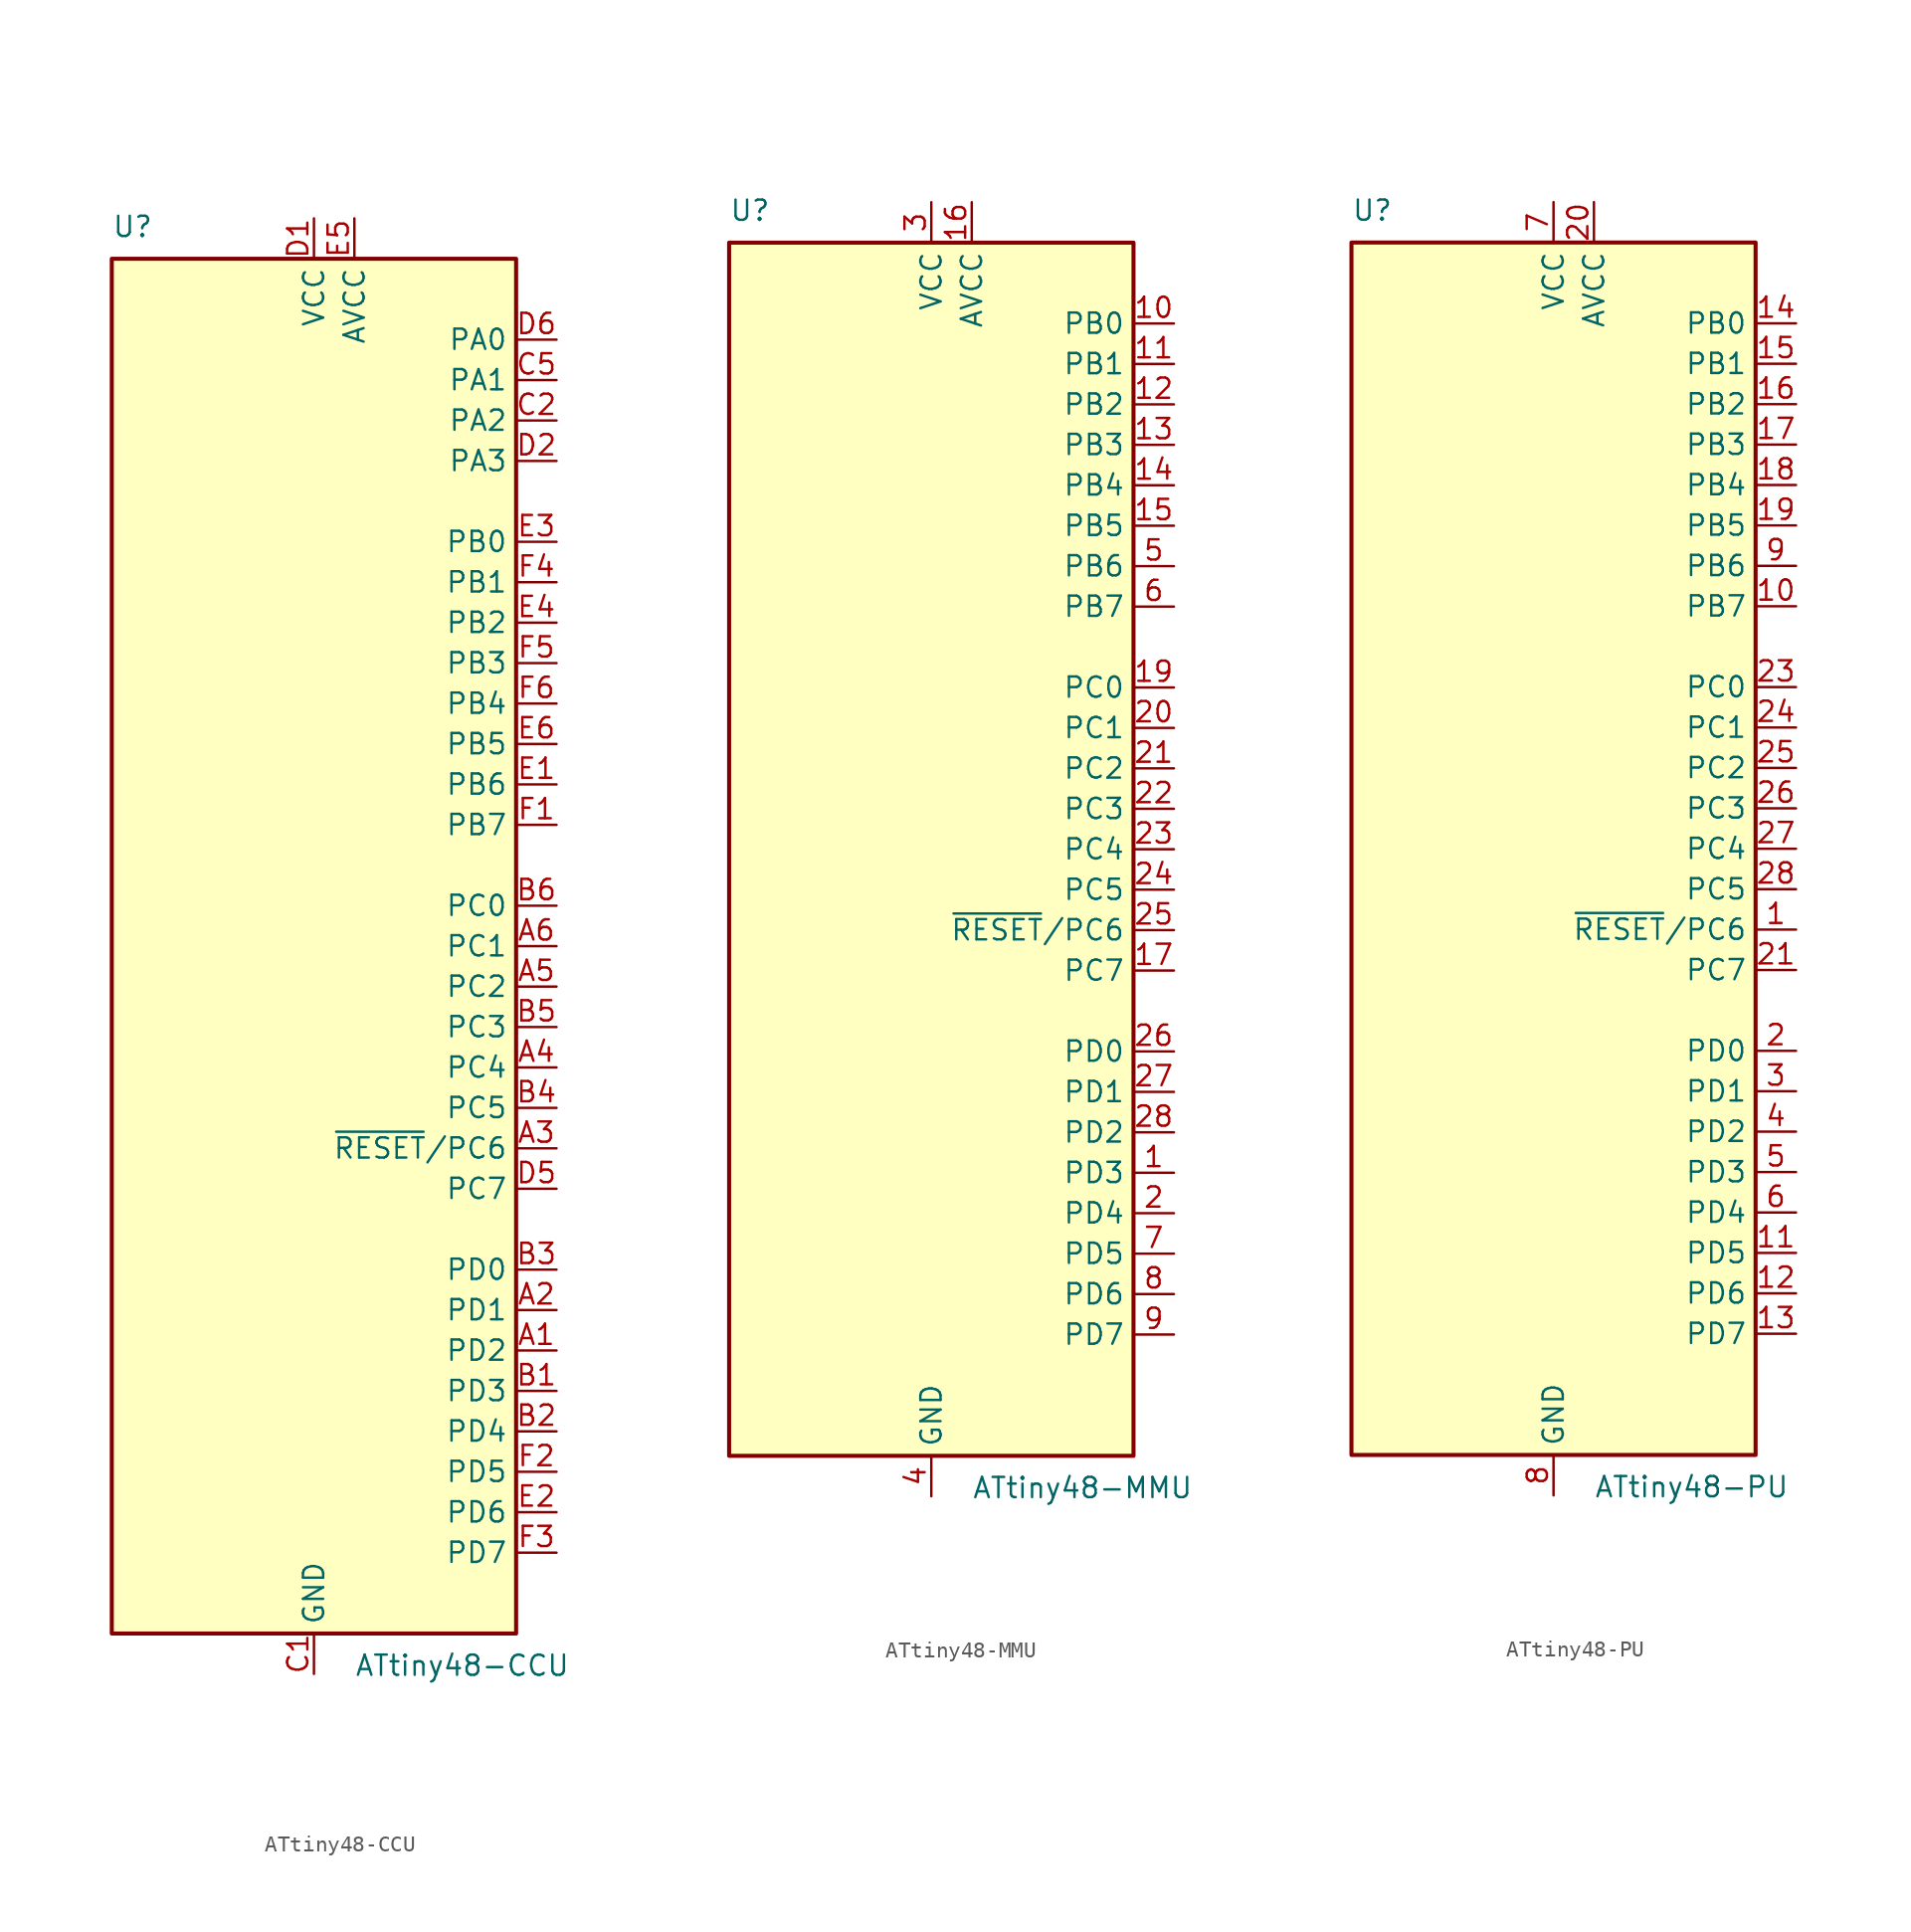
<source format=kicad_sym>
(kicad_symbol_lib
  (version 20211014)
  (generator kicad_symbol_editor)
  (symbol "ATtiny48-CCU"
    (property "Reference" "U"
      (at -12.7 44.45 0)
      (effects (font (size 1.27 1.27)) (justify left bottom)))
    (property "Value" "ATtiny48-CCU"
      (at 2.54 -44.45 0)
      (effects (font (size 1.27 1.27)) (justify left top)))
    (symbol "ATtiny48-CCU_0_1"
      (rectangle (start -12.7 -43.18) (end 12.7 43.18) (stroke (width 0.254) (type default) (color 0 0 0 0)) (fill (type background))))
    (symbol "ATtiny48-CCU_1_1"
      (pin bidirectional line (at 15.24 -25.4 180) (length 2.54) (name "PD2" (effects (font (size 1.27 1.27)))) (number "A1" (effects (font (size 1.27 1.27)))))
      (pin bidirectional line (at 15.24 -22.86 180) (length 2.54) (name "PD1" (effects (font (size 1.27 1.27)))) (number "A2" (effects (font (size 1.27 1.27)))))
      (pin bidirectional line (at 15.24 -12.7 180) (length 2.54) (name "~{RESET}/PC6" (effects (font (size 1.27 1.27)))) (number "A3" (effects (font (size 1.27 1.27)))))
      (pin bidirectional line (at 15.24 -7.62 180) (length 2.54) (name "PC4" (effects (font (size 1.27 1.27)))) (number "A4" (effects (font (size 1.27 1.27)))))
      (pin bidirectional line (at 15.24 -2.54 180) (length 2.54) (name "PC2" (effects (font (size 1.27 1.27)))) (number "A5" (effects (font (size 1.27 1.27)))))
      (pin bidirectional line (at 15.24 0 180) (length 2.54) (name "PC1" (effects (font (size 1.27 1.27)))) (number "A6" (effects (font (size 1.27 1.27)))))
      (pin bidirectional line (at 15.24 -27.94 180) (length 2.54) (name "PD3" (effects (font (size 1.27 1.27)))) (number "B1" (effects (font (size 1.27 1.27)))))
      (pin bidirectional line (at 15.24 -30.48 180) (length 2.54) (name "PD4" (effects (font (size 1.27 1.27)))) (number "B2" (effects (font (size 1.27 1.27)))))
      (pin bidirectional line (at 15.24 -20.32 180) (length 2.54) (name "PD0" (effects (font (size 1.27 1.27)))) (number "B3" (effects (font (size 1.27 1.27)))))
      (pin bidirectional line (at 15.24 -10.16 180) (length 2.54) (name "PC5" (effects (font (size 1.27 1.27)))) (number "B4" (effects (font (size 1.27 1.27)))))
      (pin bidirectional line (at 15.24 -5.08 180) (length 2.54) (name "PC3" (effects (font (size 1.27 1.27)))) (number "B5" (effects (font (size 1.27 1.27)))))
      (pin bidirectional line (at 15.24 2.54 180) (length 2.54) (name "PC0" (effects (font (size 1.27 1.27)))) (number "B6" (effects (font (size 1.27 1.27)))))
      (pin power_in line (at 0 -45.72 90) (length 2.54) (name "GND" (effects (font (size 1.27 1.27)))) (number "C1" (effects (font (size 1.27 1.27)))))
      (pin bidirectional line (at 15.24 33.02 180) (length 2.54) (name "PA2" (effects (font (size 1.27 1.27)))) (number "C2" (effects (font (size 1.27 1.27)))))
      (pin bidirectional line (at 15.24 35.56 180) (length 2.54) (name "PA1" (effects (font (size 1.27 1.27)))) (number "C5" (effects (font (size 1.27 1.27)))))
      (pin passive line (at 0 -45.72 90) (length 2.54) hide (name "GND" (effects (font (size 1.27 1.27)))) (number "C6" (effects (font (size 1.27 1.27)))))
      (pin power_in line (at 0 45.72 270) (length 2.54) (name "VCC" (effects (font (size 1.27 1.27)))) (number "D1" (effects (font (size 1.27 1.27)))))
      (pin bidirectional line (at 15.24 30.48 180) (length 2.54) (name "PA3" (effects (font (size 1.27 1.27)))) (number "D2" (effects (font (size 1.27 1.27)))))
      (pin bidirectional line (at 15.24 -15.24 180) (length 2.54) (name "PC7" (effects (font (size 1.27 1.27)))) (number "D5" (effects (font (size 1.27 1.27)))))
      (pin bidirectional line (at 15.24 38.1 180) (length 2.54) (name "PA0" (effects (font (size 1.27 1.27)))) (number "D6" (effects (font (size 1.27 1.27)))))
      (pin bidirectional line (at 15.24 10.16 180) (length 2.54) (name "PB6" (effects (font (size 1.27 1.27)))) (number "E1" (effects (font (size 1.27 1.27)))))
      (pin bidirectional line (at 15.24 -35.56 180) (length 2.54) (name "PD6" (effects (font (size 1.27 1.27)))) (number "E2" (effects (font (size 1.27 1.27)))))
      (pin bidirectional line (at 15.24 25.4 180) (length 2.54) (name "PB0" (effects (font (size 1.27 1.27)))) (number "E3" (effects (font (size 1.27 1.27)))))
      (pin bidirectional line (at 15.24 20.32 180) (length 2.54) (name "PB2" (effects (font (size 1.27 1.27)))) (number "E4" (effects (font (size 1.27 1.27)))))
      (pin power_in line (at 2.54 45.72 270) (length 2.54) (name "AVCC" (effects (font (size 1.27 1.27)))) (number "E5" (effects (font (size 1.27 1.27)))))
      (pin bidirectional line (at 15.24 12.7 180) (length 2.54) (name "PB5" (effects (font (size 1.27 1.27)))) (number "E6" (effects (font (size 1.27 1.27)))))
      (pin bidirectional line (at 15.24 7.62 180) (length 2.54) (name "PB7" (effects (font (size 1.27 1.27)))) (number "F1" (effects (font (size 1.27 1.27)))))
      (pin bidirectional line (at 15.24 -33.02 180) (length 2.54) (name "PD5" (effects (font (size 1.27 1.27)))) (number "F2" (effects (font (size 1.27 1.27)))))
      (pin bidirectional line (at 15.24 -38.1 180) (length 2.54) (name "PD7" (effects (font (size 1.27 1.27)))) (number "F3" (effects (font (size 1.27 1.27)))))
      (pin bidirectional line (at 15.24 22.86 180) (length 2.54) (name "PB1" (effects (font (size 1.27 1.27)))) (number "F4" (effects (font (size 1.27 1.27)))))
      (pin bidirectional line (at 15.24 17.78 180) (length 2.54) (name "PB3" (effects (font (size 1.27 1.27)))) (number "F5" (effects (font (size 1.27 1.27)))))
      (pin bidirectional line (at 15.24 15.24 180) (length 2.54) (name "PB4" (effects (font (size 1.27 1.27)))) (number "F6" (effects (font (size 1.27 1.27)))))))
  (symbol "ATtiny48-MMU"
    (property "Reference" "U"
      (at -12.7 39.37 0)
      (effects (font (size 1.27 1.27)) (justify left bottom)))
    (property "Value" "ATtiny48-MMU"
      (at 2.54 -39.37 0)
      (effects (font (size 1.27 1.27)) (justify left top)))
    (symbol "ATtiny48-MMU_0_1"
      (rectangle (start -12.7 -38.1) (end 12.7 38.1) (stroke (width 0.254) (type default) (color 0 0 0 0)) (fill (type background))))
    (symbol "ATtiny48-MMU_1_1"
      (pin bidirectional line (at 15.24 -20.32 180) (length 2.54) (name "PD3" (effects (font (size 1.27 1.27)))) (number "1" (effects (font (size 1.27 1.27)))))
      (pin bidirectional line (at 15.24 33.02 180) (length 2.54) (name "PB0" (effects (font (size 1.27 1.27)))) (number "10" (effects (font (size 1.27 1.27)))))
      (pin bidirectional line (at 15.24 30.48 180) (length 2.54) (name "PB1" (effects (font (size 1.27 1.27)))) (number "11" (effects (font (size 1.27 1.27)))))
      (pin bidirectional line (at 15.24 27.94 180) (length 2.54) (name "PB2" (effects (font (size 1.27 1.27)))) (number "12" (effects (font (size 1.27 1.27)))))
      (pin bidirectional line (at 15.24 25.4 180) (length 2.54) (name "PB3" (effects (font (size 1.27 1.27)))) (number "13" (effects (font (size 1.27 1.27)))))
      (pin bidirectional line (at 15.24 22.86 180) (length 2.54) (name "PB4" (effects (font (size 1.27 1.27)))) (number "14" (effects (font (size 1.27 1.27)))))
      (pin bidirectional line (at 15.24 20.32 180) (length 2.54) (name "PB5" (effects (font (size 1.27 1.27)))) (number "15" (effects (font (size 1.27 1.27)))))
      (pin power_in line (at 2.54 40.64 270) (length 2.54) (name "AVCC" (effects (font (size 1.27 1.27)))) (number "16" (effects (font (size 1.27 1.27)))))
      (pin bidirectional line (at 15.24 -7.62 180) (length 2.54) (name "PC7" (effects (font (size 1.27 1.27)))) (number "17" (effects (font (size 1.27 1.27)))))
      (pin passive line (at 0 -40.64 90) (length 2.54) hide (name "GND" (effects (font (size 1.27 1.27)))) (number "18" (effects (font (size 1.27 1.27)))))
      (pin bidirectional line (at 15.24 10.16 180) (length 2.54) (name "PC0" (effects (font (size 1.27 1.27)))) (number "19" (effects (font (size 1.27 1.27)))))
      (pin bidirectional line (at 15.24 -22.86 180) (length 2.54) (name "PD4" (effects (font (size 1.27 1.27)))) (number "2" (effects (font (size 1.27 1.27)))))
      (pin bidirectional line (at 15.24 7.62 180) (length 2.54) (name "PC1" (effects (font (size 1.27 1.27)))) (number "20" (effects (font (size 1.27 1.27)))))
      (pin bidirectional line (at 15.24 5.08 180) (length 2.54) (name "PC2" (effects (font (size 1.27 1.27)))) (number "21" (effects (font (size 1.27 1.27)))))
      (pin bidirectional line (at 15.24 2.54 180) (length 2.54) (name "PC3" (effects (font (size 1.27 1.27)))) (number "22" (effects (font (size 1.27 1.27)))))
      (pin bidirectional line (at 15.24 0 180) (length 2.54) (name "PC4" (effects (font (size 1.27 1.27)))) (number "23" (effects (font (size 1.27 1.27)))))
      (pin bidirectional line (at 15.24 -2.54 180) (length 2.54) (name "PC5" (effects (font (size 1.27 1.27)))) (number "24" (effects (font (size 1.27 1.27)))))
      (pin bidirectional line (at 15.24 -5.08 180) (length 2.54) (name "~{RESET}/PC6" (effects (font (size 1.27 1.27)))) (number "25" (effects (font (size 1.27 1.27)))))
      (pin bidirectional line (at 15.24 -12.7 180) (length 2.54) (name "PD0" (effects (font (size 1.27 1.27)))) (number "26" (effects (font (size 1.27 1.27)))))
      (pin bidirectional line (at 15.24 -15.24 180) (length 2.54) (name "PD1" (effects (font (size 1.27 1.27)))) (number "27" (effects (font (size 1.27 1.27)))))
      (pin bidirectional line (at 15.24 -17.78 180) (length 2.54) (name "PD2" (effects (font (size 1.27 1.27)))) (number "28" (effects (font (size 1.27 1.27)))))
      (pin passive line (at 0 -40.64 90) (length 2.54) hide (name "GND" (effects (font (size 1.27 1.27)))) (number "29" (effects (font (size 1.27 1.27)))))
      (pin power_in line (at 0 40.64 270) (length 2.54) (name "VCC" (effects (font (size 1.27 1.27)))) (number "3" (effects (font (size 1.27 1.27)))))
      (pin power_in line (at 0 -40.64 90) (length 2.54) (name "GND" (effects (font (size 1.27 1.27)))) (number "4" (effects (font (size 1.27 1.27)))))
      (pin bidirectional line (at 15.24 17.78 180) (length 2.54) (name "PB6" (effects (font (size 1.27 1.27)))) (number "5" (effects (font (size 1.27 1.27)))))
      (pin bidirectional line (at 15.24 15.24 180) (length 2.54) (name "PB7" (effects (font (size 1.27 1.27)))) (number "6" (effects (font (size 1.27 1.27)))))
      (pin bidirectional line (at 15.24 -25.4 180) (length 2.54) (name "PD5" (effects (font (size 1.27 1.27)))) (number "7" (effects (font (size 1.27 1.27)))))
      (pin bidirectional line (at 15.24 -27.94 180) (length 2.54) (name "PD6" (effects (font (size 1.27 1.27)))) (number "8" (effects (font (size 1.27 1.27)))))
      (pin bidirectional line (at 15.24 -30.48 180) (length 2.54) (name "PD7" (effects (font (size 1.27 1.27)))) (number "9" (effects (font (size 1.27 1.27)))))))
  (symbol "ATtiny48-PU"
    (property "Reference" "U"
      (at -12.7 39.37 0)
      (effects (font (size 1.27 1.27)) (justify left bottom)))
    (property "Value" "ATtiny48-PU"
      (at 2.54 -39.37 0)
      (effects (font (size 1.27 1.27)) (justify left top)))
    (symbol "ATtiny48-PU_0_1"
      (rectangle (start -12.7 -38.1) (end 12.7 38.1) (stroke (width 0.254) (type default) (color 0 0 0 0)) (fill (type background))))
    (symbol "ATtiny48-PU_1_1"
      (pin bidirectional line (at 15.24 -5.08 180) (length 2.54) (name "~{RESET}/PC6" (effects (font (size 1.27 1.27)))) (number "1" (effects (font (size 1.27 1.27)))))
      (pin bidirectional line (at 15.24 15.24 180) (length 2.54) (name "PB7" (effects (font (size 1.27 1.27)))) (number "10" (effects (font (size 1.27 1.27)))))
      (pin bidirectional line (at 15.24 -25.4 180) (length 2.54) (name "PD5" (effects (font (size 1.27 1.27)))) (number "11" (effects (font (size 1.27 1.27)))))
      (pin bidirectional line (at 15.24 -27.94 180) (length 2.54) (name "PD6" (effects (font (size 1.27 1.27)))) (number "12" (effects (font (size 1.27 1.27)))))
      (pin bidirectional line (at 15.24 -30.48 180) (length 2.54) (name "PD7" (effects (font (size 1.27 1.27)))) (number "13" (effects (font (size 1.27 1.27)))))
      (pin bidirectional line (at 15.24 33.02 180) (length 2.54) (name "PB0" (effects (font (size 1.27 1.27)))) (number "14" (effects (font (size 1.27 1.27)))))
      (pin bidirectional line (at 15.24 30.48 180) (length 2.54) (name "PB1" (effects (font (size 1.27 1.27)))) (number "15" (effects (font (size 1.27 1.27)))))
      (pin bidirectional line (at 15.24 27.94 180) (length 2.54) (name "PB2" (effects (font (size 1.27 1.27)))) (number "16" (effects (font (size 1.27 1.27)))))
      (pin bidirectional line (at 15.24 25.4 180) (length 2.54) (name "PB3" (effects (font (size 1.27 1.27)))) (number "17" (effects (font (size 1.27 1.27)))))
      (pin bidirectional line (at 15.24 22.86 180) (length 2.54) (name "PB4" (effects (font (size 1.27 1.27)))) (number "18" (effects (font (size 1.27 1.27)))))
      (pin bidirectional line (at 15.24 20.32 180) (length 2.54) (name "PB5" (effects (font (size 1.27 1.27)))) (number "19" (effects (font (size 1.27 1.27)))))
      (pin bidirectional line (at 15.24 -12.7 180) (length 2.54) (name "PD0" (effects (font (size 1.27 1.27)))) (number "2" (effects (font (size 1.27 1.27)))))
      (pin power_in line (at 2.54 40.64 270) (length 2.54) (name "AVCC" (effects (font (size 1.27 1.27)))) (number "20" (effects (font (size 1.27 1.27)))))
      (pin bidirectional line (at 15.24 -7.62 180) (length 2.54) (name "PC7" (effects (font (size 1.27 1.27)))) (number "21" (effects (font (size 1.27 1.27)))))
      (pin passive line (at 0 -40.64 90) (length 2.54) hide (name "GND" (effects (font (size 1.27 1.27)))) (number "22" (effects (font (size 1.27 1.27)))))
      (pin bidirectional line (at 15.24 10.16 180) (length 2.54) (name "PC0" (effects (font (size 1.27 1.27)))) (number "23" (effects (font (size 1.27 1.27)))))
      (pin bidirectional line (at 15.24 7.62 180) (length 2.54) (name "PC1" (effects (font (size 1.27 1.27)))) (number "24" (effects (font (size 1.27 1.27)))))
      (pin bidirectional line (at 15.24 5.08 180) (length 2.54) (name "PC2" (effects (font (size 1.27 1.27)))) (number "25" (effects (font (size 1.27 1.27)))))
      (pin bidirectional line (at 15.24 2.54 180) (length 2.54) (name "PC3" (effects (font (size 1.27 1.27)))) (number "26" (effects (font (size 1.27 1.27)))))
      (pin bidirectional line (at 15.24 0 180) (length 2.54) (name "PC4" (effects (font (size 1.27 1.27)))) (number "27" (effects (font (size 1.27 1.27)))))
      (pin bidirectional line (at 15.24 -2.54 180) (length 2.54) (name "PC5" (effects (font (size 1.27 1.27)))) (number "28" (effects (font (size 1.27 1.27)))))
      (pin bidirectional line (at 15.24 -15.24 180) (length 2.54) (name "PD1" (effects (font (size 1.27 1.27)))) (number "3" (effects (font (size 1.27 1.27)))))
      (pin bidirectional line (at 15.24 -17.78 180) (length 2.54) (name "PD2" (effects (font (size 1.27 1.27)))) (number "4" (effects (font (size 1.27 1.27)))))
      (pin bidirectional line (at 15.24 -20.32 180) (length 2.54) (name "PD3" (effects (font (size 1.27 1.27)))) (number "5" (effects (font (size 1.27 1.27)))))
      (pin bidirectional line (at 15.24 -22.86 180) (length 2.54) (name "PD4" (effects (font (size 1.27 1.27)))) (number "6" (effects (font (size 1.27 1.27)))))
      (pin power_in line (at 0 40.64 270) (length 2.54) (name "VCC" (effects (font (size 1.27 1.27)))) (number "7" (effects (font (size 1.27 1.27)))))
      (pin power_in line (at 0 -40.64 90) (length 2.54) (name "GND" (effects (font (size 1.27 1.27)))) (number "8" (effects (font (size 1.27 1.27)))))
      (pin bidirectional line (at 15.24 17.78 180) (length 2.54) (name "PB6" (effects (font (size 1.27 1.27)))) (number "9" (effects (font (size 1.27 1.27))))))))
</source>
